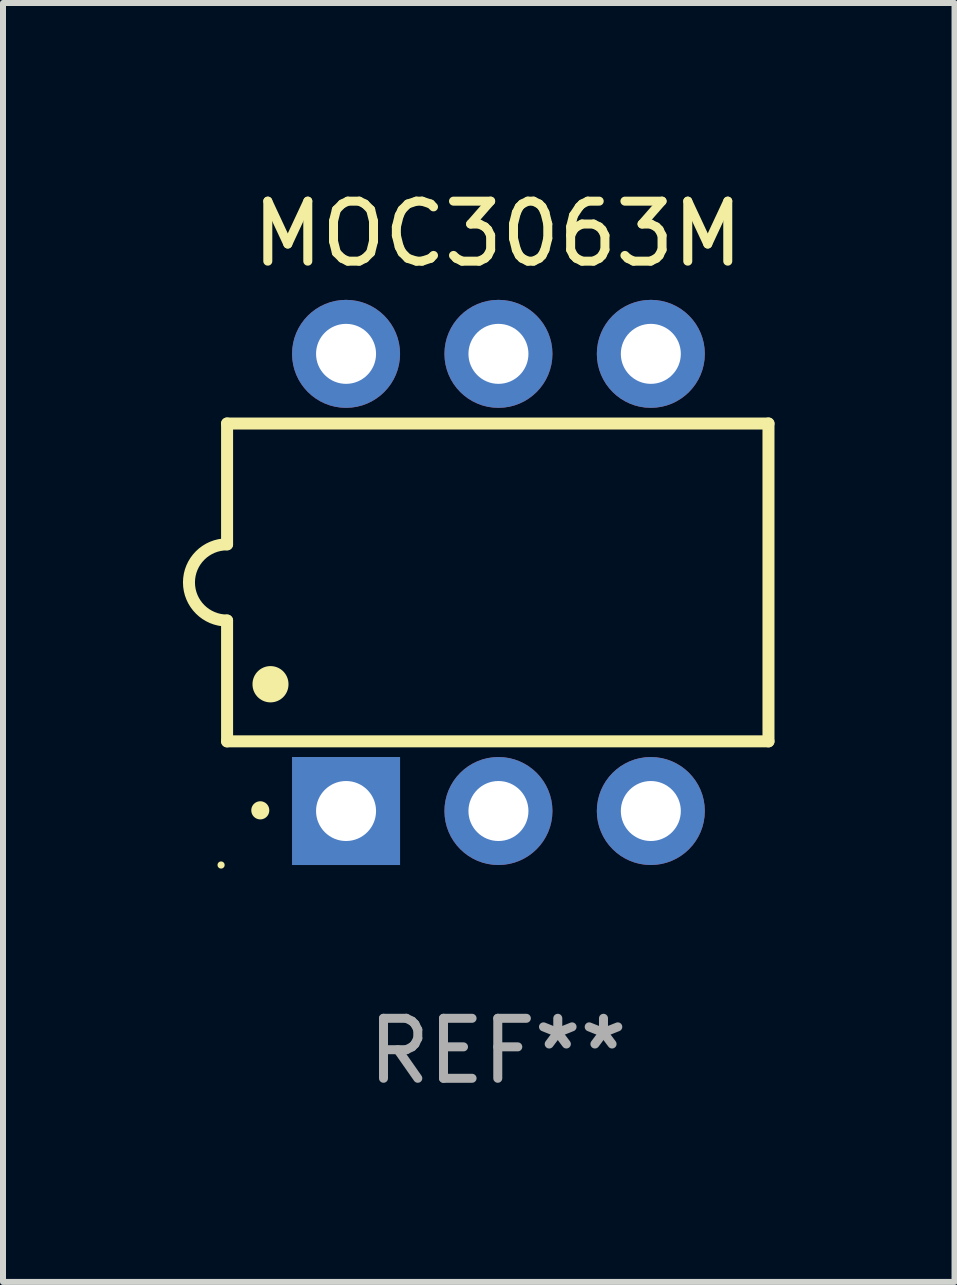
<source format=kicad_pcb>
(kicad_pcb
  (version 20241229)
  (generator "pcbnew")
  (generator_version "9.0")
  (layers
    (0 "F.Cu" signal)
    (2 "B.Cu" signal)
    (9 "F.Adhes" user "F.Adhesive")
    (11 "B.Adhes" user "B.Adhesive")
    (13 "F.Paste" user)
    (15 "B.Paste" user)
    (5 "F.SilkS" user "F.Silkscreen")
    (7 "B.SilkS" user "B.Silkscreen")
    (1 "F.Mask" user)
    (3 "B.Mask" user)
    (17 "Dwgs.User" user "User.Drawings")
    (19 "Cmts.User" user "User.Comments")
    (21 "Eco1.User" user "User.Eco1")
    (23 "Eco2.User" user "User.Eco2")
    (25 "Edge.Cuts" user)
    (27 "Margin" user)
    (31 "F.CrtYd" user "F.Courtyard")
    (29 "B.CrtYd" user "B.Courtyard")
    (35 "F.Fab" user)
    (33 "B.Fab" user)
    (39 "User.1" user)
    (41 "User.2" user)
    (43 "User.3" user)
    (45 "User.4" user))
  (footprint "MOC3063M"
    (layer "F.Cu")
    (at 5.247 6.658)
    (property "Reference" "MOC3063M" (at 0 -5.81 0) (layer "F.SilkS") (effects (font (size 1 1) (thickness 0.15))))
    (attr through_hole)
    (fp_line (start -4.512 -2.649) (end 4.512 -2.649) (stroke (width 0.2) (type solid)) (layer "F.SilkS"))
    (fp_line (start -4.512 -0.635) (end -4.512 -2.649) (stroke (width 0.2) (type solid)) (layer "F.SilkS"))
    (fp_line (start -4.512 2.649) (end -4.512 0.635) (stroke (width 0.2) (type solid)) (layer "F.SilkS"))
    (fp_line (start 4.512 -2.649) (end 4.512 2.649) (stroke (width 0.2) (type solid)) (layer "F.SilkS"))
    (fp_line (start 4.512 2.649) (end -4.512 2.649) (stroke (width 0.2) (type solid)) (layer "F.SilkS"))
    (fp_arc (start -4.512319 0.635001) (mid -5.14732 0) (end -4.512319 -0.635001) (stroke (width 0.2) (type solid)) (layer "F.SilkS"))
    (fp_arc (start -3.958598 3.799848) (mid -3.958603 3.798578) (end -3.958598 3.797308) (stroke (width 0.3) (type solid)) (layer "F.SilkS"))
    (fp_arc (start -3.788418 1.699263) (mid -3.788429 1.696723) (end -3.788418 1.694183) (stroke (width 0.6) (type solid)) (layer "F.SilkS"))
    (fp_circle (center -4.612 4.71) (end -4.582 4.71) (stroke (width 0.06) (type solid)) (fill no) (layer "F.SilkS"))
    (fp_text user "REF**" (at 0 7.81 0) (layer "F.Fab") (effects (font (size 1 1) (thickness 0.15))))
    (pad "1" thru_hole rect (at -2.529 3.81 90) (size 1.8 1.8) (drill 1) (layers "*.Cu" "*.Mask"))
    (pad "2" thru_hole circle (at 0.011 3.81) (size 1.8 1.8) (drill 1) (layers "*.Cu" "*.Mask"))
    (pad "3" thru_hole circle (at 2.551 3.81) (size 1.8 1.8) (drill 1) (layers "*.Cu" "*.Mask"))
    (pad "4" thru_hole circle (at 2.551 -3.81) (size 1.8 1.8) (drill 1) (layers "*.Cu" "*.Mask"))
    (pad "5" thru_hole circle (at 0.011 -3.81) (size 1.8 1.8) (drill 1) (layers "*.Cu" "*.Mask"))
    (pad "6" thru_hole circle (at -2.529 -3.81) (size 1.8 1.8) (drill 1) (layers "*.Cu" "*.Mask")))
  (gr_rect
    (start -3 -3)
    (end 12.86 18.317)
    (stroke (width 0.1) (type default))
    (fill no)
    (layer "Edge.Cuts")))
</source>
